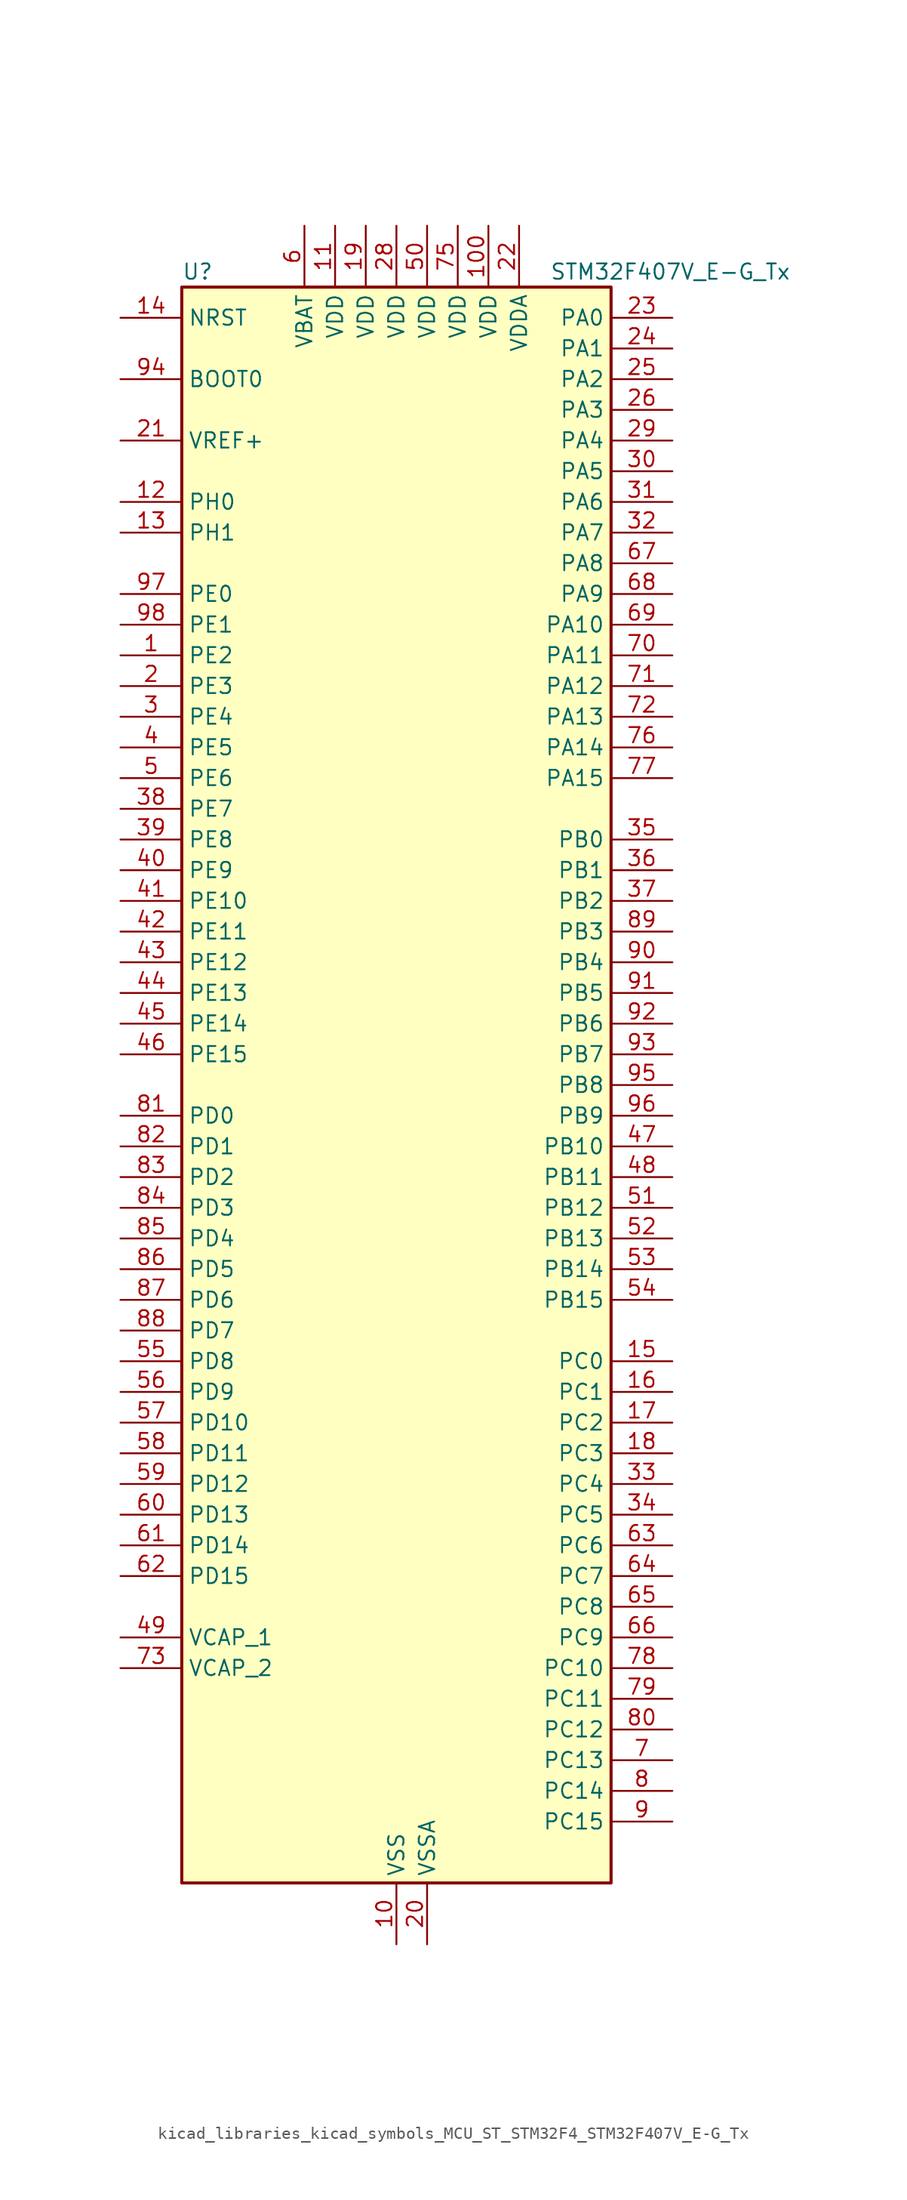
<source format=kicad_sym>
(kicad_symbol_lib
  (version 20220914)
  (generator kicad_symbol_editor)
  (symbol "kicad_libraries_kicad_symbols_MCU_ST_STM32F4_STM32F407V_E-G_Tx"
    (property "Reference" "U"
      (at -17.78 67.31 0)
      (effects (font (size 1.27 1.27)) (justify left)))
    (property "Value" "STM32F407V_E-G_Tx"
      (at 12.7 67.31 0)
      (effects (font (size 1.27 1.27)) (justify left)))
    (property "ki_locked" ""
      (at 0 0 0)
      (effects (font (size 1.27 1.27))))
    (symbol "kicad_libraries_kicad_symbols_MCU_ST_STM32F4_STM32F407V_E-G_Tx_0_1"
      (rectangle (start -17.78 -66.04) (end 17.78 66.04) (stroke (width 0.254) (type default)) (fill (type background))))
    (symbol "kicad_libraries_kicad_symbols_MCU_ST_STM32F4_STM32F407V_E-G_Tx_1_1"
      (pin bidirectional line (at -22.86 35.56 0) (length 5.08) (name "PE2" (effects (font (size 1.27 1.27)))) (number "1" (effects (font (size 1.27 1.27)))) (alternate "ETH_TXD3" bidirectional line) (alternate "FSMC_A23" bidirectional line) (alternate "SYS_TRACECLK" bidirectional line))
      (pin power_in line (at 0 -71.12 90) (length 5.08) (name "VSS" (effects (font (size 1.27 1.27)))) (number "10" (effects (font (size 1.27 1.27)))))
      (pin power_in line (at 7.62 71.12 270) (length 5.08) (name "VDD" (effects (font (size 1.27 1.27)))) (number "100" (effects (font (size 1.27 1.27)))))
      (pin power_in line (at -5.08 71.12 270) (length 5.08) (name "VDD" (effects (font (size 1.27 1.27)))) (number "11" (effects (font (size 1.27 1.27)))))
      (pin bidirectional line (at -22.86 48.26 0) (length 5.08) (name "PH0" (effects (font (size 1.27 1.27)))) (number "12" (effects (font (size 1.27 1.27)))) (alternate "RCC_OSC_IN" bidirectional line))
      (pin bidirectional line (at -22.86 45.72 0) (length 5.08) (name "PH1" (effects (font (size 1.27 1.27)))) (number "13" (effects (font (size 1.27 1.27)))) (alternate "RCC_OSC_OUT" bidirectional line))
      (pin input line (at -22.86 63.5 0) (length 5.08) (name "NRST" (effects (font (size 1.27 1.27)))) (number "14" (effects (font (size 1.27 1.27)))))
      (pin bidirectional line (at 22.86 -22.86 180) (length 5.08) (name "PC0" (effects (font (size 1.27 1.27)))) (number "15" (effects (font (size 1.27 1.27)))) (alternate "ADC1_IN10" bidirectional line) (alternate "ADC2_IN10" bidirectional line) (alternate "ADC3_IN10" bidirectional line) (alternate "USB_OTG_HS_ULPI_STP" bidirectional line))
      (pin bidirectional line (at 22.86 -25.4 180) (length 5.08) (name "PC1" (effects (font (size 1.27 1.27)))) (number "16" (effects (font (size 1.27 1.27)))) (alternate "ADC1_IN11" bidirectional line) (alternate "ADC2_IN11" bidirectional line) (alternate "ADC3_IN11" bidirectional line) (alternate "ETH_MDC" bidirectional line))
      (pin bidirectional line (at 22.86 -27.94 180) (length 5.08) (name "PC2" (effects (font (size 1.27 1.27)))) (number "17" (effects (font (size 1.27 1.27)))) (alternate "ADC1_IN12" bidirectional line) (alternate "ADC2_IN12" bidirectional line) (alternate "ADC3_IN12" bidirectional line) (alternate "ETH_TXD2" bidirectional line) (alternate "I2S2_ext_SD" bidirectional line) (alternate "SPI2_MISO" bidirectional line) (alternate "USB_OTG_HS_ULPI_DIR" bidirectional line))
      (pin bidirectional line (at 22.86 -30.48 180) (length 5.08) (name "PC3" (effects (font (size 1.27 1.27)))) (number "18" (effects (font (size 1.27 1.27)))) (alternate "ADC1_IN13" bidirectional line) (alternate "ADC2_IN13" bidirectional line) (alternate "ADC3_IN13" bidirectional line) (alternate "ETH_TX_CLK" bidirectional line) (alternate "I2S2_SD" bidirectional line) (alternate "SPI2_MOSI" bidirectional line) (alternate "USB_OTG_HS_ULPI_NXT" bidirectional line))
      (pin power_in line (at -2.54 71.12 270) (length 5.08) (name "VDD" (effects (font (size 1.27 1.27)))) (number "19" (effects (font (size 1.27 1.27)))))
      (pin bidirectional line (at -22.86 33.02 0) (length 5.08) (name "PE3" (effects (font (size 1.27 1.27)))) (number "2" (effects (font (size 1.27 1.27)))) (alternate "FSMC_A19" bidirectional line) (alternate "SYS_TRACED0" bidirectional line))
      (pin power_in line (at 2.54 -71.12 90) (length 5.08) (name "VSSA" (effects (font (size 1.27 1.27)))) (number "20" (effects (font (size 1.27 1.27)))))
      (pin input line (at -22.86 53.34 0) (length 5.08) (name "VREF+" (effects (font (size 1.27 1.27)))) (number "21" (effects (font (size 1.27 1.27)))))
      (pin power_in line (at 10.16 71.12 270) (length 5.08) (name "VDDA" (effects (font (size 1.27 1.27)))) (number "22" (effects (font (size 1.27 1.27)))))
      (pin bidirectional line (at 22.86 63.5 180) (length 5.08) (name "PA0" (effects (font (size 1.27 1.27)))) (number "23" (effects (font (size 1.27 1.27)))) (alternate "ADC1_IN0" bidirectional line) (alternate "ADC2_IN0" bidirectional line) (alternate "ADC3_IN0" bidirectional line) (alternate "ETH_CRS" bidirectional line) (alternate "SYS_WKUP" bidirectional line) (alternate "TIM2_CH1" bidirectional line) (alternate "TIM2_ETR" bidirectional line) (alternate "TIM5_CH1" bidirectional line) (alternate "TIM8_ETR" bidirectional line) (alternate "UART4_TX" bidirectional line) (alternate "USART2_CTS" bidirectional line))
      (pin bidirectional line (at 22.86 60.96 180) (length 5.08) (name "PA1" (effects (font (size 1.27 1.27)))) (number "24" (effects (font (size 1.27 1.27)))) (alternate "ADC1_IN1" bidirectional line) (alternate "ADC2_IN1" bidirectional line) (alternate "ADC3_IN1" bidirectional line) (alternate "ETH_REF_CLK" bidirectional line) (alternate "ETH_RX_CLK" bidirectional line) (alternate "TIM2_CH2" bidirectional line) (alternate "TIM5_CH2" bidirectional line) (alternate "UART4_RX" bidirectional line) (alternate "USART2_RTS" bidirectional line))
      (pin bidirectional line (at 22.86 58.42 180) (length 5.08) (name "PA2" (effects (font (size 1.27 1.27)))) (number "25" (effects (font (size 1.27 1.27)))) (alternate "ADC1_IN2" bidirectional line) (alternate "ADC2_IN2" bidirectional line) (alternate "ADC3_IN2" bidirectional line) (alternate "ETH_MDIO" bidirectional line) (alternate "TIM2_CH3" bidirectional line) (alternate "TIM5_CH3" bidirectional line) (alternate "TIM9_CH1" bidirectional line) (alternate "USART2_TX" bidirectional line))
      (pin bidirectional line (at 22.86 55.88 180) (length 5.08) (name "PA3" (effects (font (size 1.27 1.27)))) (number "26" (effects (font (size 1.27 1.27)))) (alternate "ADC1_IN3" bidirectional line) (alternate "ADC2_IN3" bidirectional line) (alternate "ADC3_IN3" bidirectional line) (alternate "ETH_COL" bidirectional line) (alternate "TIM2_CH4" bidirectional line) (alternate "TIM5_CH4" bidirectional line) (alternate "TIM9_CH2" bidirectional line) (alternate "USART2_RX" bidirectional line) (alternate "USB_OTG_HS_ULPI_D0" bidirectional line))
      (pin passive line (at 0 -71.12 90) (length 5.08) hide (name "VSS" (effects (font (size 1.27 1.27)))) (number "27" (effects (font (size 1.27 1.27)))))
      (pin power_in line (at 0 71.12 270) (length 5.08) (name "VDD" (effects (font (size 1.27 1.27)))) (number "28" (effects (font (size 1.27 1.27)))))
      (pin bidirectional line (at 22.86 53.34 180) (length 5.08) (name "PA4" (effects (font (size 1.27 1.27)))) (number "29" (effects (font (size 1.27 1.27)))) (alternate "ADC1_IN4" bidirectional line) (alternate "ADC2_IN4" bidirectional line) (alternate "DAC_OUT1" bidirectional line) (alternate "DCMI_HSYNC" bidirectional line) (alternate "I2S3_WS" bidirectional line) (alternate "SPI1_NSS" bidirectional line) (alternate "SPI3_NSS" bidirectional line) (alternate "USART2_CK" bidirectional line) (alternate "USB_OTG_HS_SOF" bidirectional line))
      (pin bidirectional line (at -22.86 30.48 0) (length 5.08) (name "PE4" (effects (font (size 1.27 1.27)))) (number "3" (effects (font (size 1.27 1.27)))) (alternate "DCMI_D4" bidirectional line) (alternate "FSMC_A20" bidirectional line) (alternate "SYS_TRACED1" bidirectional line))
      (pin bidirectional line (at 22.86 50.8 180) (length 5.08) (name "PA5" (effects (font (size 1.27 1.27)))) (number "30" (effects (font (size 1.27 1.27)))) (alternate "ADC1_IN5" bidirectional line) (alternate "ADC2_IN5" bidirectional line) (alternate "DAC_OUT2" bidirectional line) (alternate "SPI1_SCK" bidirectional line) (alternate "TIM2_CH1" bidirectional line) (alternate "TIM2_ETR" bidirectional line) (alternate "TIM8_CH1N" bidirectional line) (alternate "USB_OTG_HS_ULPI_CK" bidirectional line))
      (pin bidirectional line (at 22.86 48.26 180) (length 5.08) (name "PA6" (effects (font (size 1.27 1.27)))) (number "31" (effects (font (size 1.27 1.27)))) (alternate "ADC1_IN6" bidirectional line) (alternate "ADC2_IN6" bidirectional line) (alternate "DCMI_PIXCLK" bidirectional line) (alternate "SPI1_MISO" bidirectional line) (alternate "TIM13_CH1" bidirectional line) (alternate "TIM1_BKIN" bidirectional line) (alternate "TIM3_CH1" bidirectional line) (alternate "TIM8_BKIN" bidirectional line))
      (pin bidirectional line (at 22.86 45.72 180) (length 5.08) (name "PA7" (effects (font (size 1.27 1.27)))) (number "32" (effects (font (size 1.27 1.27)))) (alternate "ADC1_IN7" bidirectional line) (alternate "ADC2_IN7" bidirectional line) (alternate "ETH_CRS_DV" bidirectional line) (alternate "ETH_RX_DV" bidirectional line) (alternate "SPI1_MOSI" bidirectional line) (alternate "TIM14_CH1" bidirectional line) (alternate "TIM1_CH1N" bidirectional line) (alternate "TIM3_CH2" bidirectional line) (alternate "TIM8_CH1N" bidirectional line))
      (pin bidirectional line (at 22.86 -33.02 180) (length 5.08) (name "PC4" (effects (font (size 1.27 1.27)))) (number "33" (effects (font (size 1.27 1.27)))) (alternate "ADC1_IN14" bidirectional line) (alternate "ADC2_IN14" bidirectional line) (alternate "ETH_RXD0" bidirectional line))
      (pin bidirectional line (at 22.86 -35.56 180) (length 5.08) (name "PC5" (effects (font (size 1.27 1.27)))) (number "34" (effects (font (size 1.27 1.27)))) (alternate "ADC1_IN15" bidirectional line) (alternate "ADC2_IN15" bidirectional line) (alternate "ETH_RXD1" bidirectional line))
      (pin bidirectional line (at 22.86 20.32 180) (length 5.08) (name "PB0" (effects (font (size 1.27 1.27)))) (number "35" (effects (font (size 1.27 1.27)))) (alternate "ADC1_IN8" bidirectional line) (alternate "ADC2_IN8" bidirectional line) (alternate "ETH_RXD2" bidirectional line) (alternate "TIM1_CH2N" bidirectional line) (alternate "TIM3_CH3" bidirectional line) (alternate "TIM8_CH2N" bidirectional line) (alternate "USB_OTG_HS_ULPI_D1" bidirectional line))
      (pin bidirectional line (at 22.86 17.78 180) (length 5.08) (name "PB1" (effects (font (size 1.27 1.27)))) (number "36" (effects (font (size 1.27 1.27)))) (alternate "ADC1_IN9" bidirectional line) (alternate "ADC2_IN9" bidirectional line) (alternate "ETH_RXD3" bidirectional line) (alternate "TIM1_CH3N" bidirectional line) (alternate "TIM3_CH4" bidirectional line) (alternate "TIM8_CH3N" bidirectional line) (alternate "USB_OTG_HS_ULPI_D2" bidirectional line))
      (pin bidirectional line (at 22.86 15.24 180) (length 5.08) (name "PB2" (effects (font (size 1.27 1.27)))) (number "37" (effects (font (size 1.27 1.27)))))
      (pin bidirectional line (at -22.86 22.86 0) (length 5.08) (name "PE7" (effects (font (size 1.27 1.27)))) (number "38" (effects (font (size 1.27 1.27)))) (alternate "FSMC_D4" bidirectional line) (alternate "FSMC_DA4" bidirectional line) (alternate "TIM1_ETR" bidirectional line))
      (pin bidirectional line (at -22.86 20.32 0) (length 5.08) (name "PE8" (effects (font (size 1.27 1.27)))) (number "39" (effects (font (size 1.27 1.27)))) (alternate "FSMC_D5" bidirectional line) (alternate "FSMC_DA5" bidirectional line) (alternate "TIM1_CH1N" bidirectional line))
      (pin bidirectional line (at -22.86 27.94 0) (length 5.08) (name "PE5" (effects (font (size 1.27 1.27)))) (number "4" (effects (font (size 1.27 1.27)))) (alternate "DCMI_D6" bidirectional line) (alternate "FSMC_A21" bidirectional line) (alternate "SYS_TRACED2" bidirectional line) (alternate "TIM9_CH1" bidirectional line))
      (pin bidirectional line (at -22.86 17.78 0) (length 5.08) (name "PE9" (effects (font (size 1.27 1.27)))) (number "40" (effects (font (size 1.27 1.27)))) (alternate "DAC_EXTI9" bidirectional line) (alternate "FSMC_D6" bidirectional line) (alternate "FSMC_DA6" bidirectional line) (alternate "TIM1_CH1" bidirectional line))
      (pin bidirectional line (at -22.86 15.24 0) (length 5.08) (name "PE10" (effects (font (size 1.27 1.27)))) (number "41" (effects (font (size 1.27 1.27)))) (alternate "FSMC_D7" bidirectional line) (alternate "FSMC_DA7" bidirectional line) (alternate "TIM1_CH2N" bidirectional line))
      (pin bidirectional line (at -22.86 12.7 0) (length 5.08) (name "PE11" (effects (font (size 1.27 1.27)))) (number "42" (effects (font (size 1.27 1.27)))) (alternate "ADC1_EXTI11" bidirectional line) (alternate "ADC2_EXTI11" bidirectional line) (alternate "ADC3_EXTI11" bidirectional line) (alternate "FSMC_D8" bidirectional line) (alternate "FSMC_DA8" bidirectional line) (alternate "TIM1_CH2" bidirectional line))
      (pin bidirectional line (at -22.86 10.16 0) (length 5.08) (name "PE12" (effects (font (size 1.27 1.27)))) (number "43" (effects (font (size 1.27 1.27)))) (alternate "FSMC_D9" bidirectional line) (alternate "FSMC_DA9" bidirectional line) (alternate "TIM1_CH3N" bidirectional line))
      (pin bidirectional line (at -22.86 7.62 0) (length 5.08) (name "PE13" (effects (font (size 1.27 1.27)))) (number "44" (effects (font (size 1.27 1.27)))) (alternate "FSMC_D10" bidirectional line) (alternate "FSMC_DA10" bidirectional line) (alternate "TIM1_CH3" bidirectional line))
      (pin bidirectional line (at -22.86 5.08 0) (length 5.08) (name "PE14" (effects (font (size 1.27 1.27)))) (number "45" (effects (font (size 1.27 1.27)))) (alternate "FSMC_D11" bidirectional line) (alternate "FSMC_DA11" bidirectional line) (alternate "TIM1_CH4" bidirectional line))
      (pin bidirectional line (at -22.86 2.54 0) (length 5.08) (name "PE15" (effects (font (size 1.27 1.27)))) (number "46" (effects (font (size 1.27 1.27)))) (alternate "ADC1_EXTI15" bidirectional line) (alternate "ADC2_EXTI15" bidirectional line) (alternate "ADC3_EXTI15" bidirectional line) (alternate "FSMC_D12" bidirectional line) (alternate "FSMC_DA12" bidirectional line) (alternate "TIM1_BKIN" bidirectional line))
      (pin bidirectional line (at 22.86 -5.08 180) (length 5.08) (name "PB10" (effects (font (size 1.27 1.27)))) (number "47" (effects (font (size 1.27 1.27)))) (alternate "ETH_RX_ER" bidirectional line) (alternate "I2C2_SCL" bidirectional line) (alternate "I2S2_CK" bidirectional line) (alternate "SPI2_SCK" bidirectional line) (alternate "TIM2_CH3" bidirectional line) (alternate "USART3_TX" bidirectional line) (alternate "USB_OTG_HS_ULPI_D3" bidirectional line))
      (pin bidirectional line (at 22.86 -7.62 180) (length 5.08) (name "PB11" (effects (font (size 1.27 1.27)))) (number "48" (effects (font (size 1.27 1.27)))) (alternate "ADC1_EXTI11" bidirectional line) (alternate "ADC2_EXTI11" bidirectional line) (alternate "ADC3_EXTI11" bidirectional line) (alternate "ETH_TX_EN" bidirectional line) (alternate "I2C2_SDA" bidirectional line) (alternate "TIM2_CH4" bidirectional line) (alternate "USART3_RX" bidirectional line) (alternate "USB_OTG_HS_ULPI_D4" bidirectional line))
      (pin power_out line (at -22.86 -45.72 0) (length 5.08) (name "VCAP_1" (effects (font (size 1.27 1.27)))) (number "49" (effects (font (size 1.27 1.27)))))
      (pin bidirectional line (at -22.86 25.4 0) (length 5.08) (name "PE6" (effects (font (size 1.27 1.27)))) (number "5" (effects (font (size 1.27 1.27)))) (alternate "DCMI_D7" bidirectional line) (alternate "FSMC_A22" bidirectional line) (alternate "SYS_TRACED3" bidirectional line) (alternate "TIM9_CH2" bidirectional line))
      (pin power_in line (at 2.54 71.12 270) (length 5.08) (name "VDD" (effects (font (size 1.27 1.27)))) (number "50" (effects (font (size 1.27 1.27)))))
      (pin bidirectional line (at 22.86 -10.16 180) (length 5.08) (name "PB12" (effects (font (size 1.27 1.27)))) (number "51" (effects (font (size 1.27 1.27)))) (alternate "CAN2_RX" bidirectional line) (alternate "ETH_TXD0" bidirectional line) (alternate "I2C2_SMBA" bidirectional line) (alternate "I2S2_WS" bidirectional line) (alternate "SPI2_NSS" bidirectional line) (alternate "TIM1_BKIN" bidirectional line) (alternate "USART3_CK" bidirectional line) (alternate "USB_OTG_HS_ID" bidirectional line) (alternate "USB_OTG_HS_ULPI_D5" bidirectional line))
      (pin bidirectional line (at 22.86 -12.7 180) (length 5.08) (name "PB13" (effects (font (size 1.27 1.27)))) (number "52" (effects (font (size 1.27 1.27)))) (alternate "CAN2_TX" bidirectional line) (alternate "ETH_TXD1" bidirectional line) (alternate "I2S2_CK" bidirectional line) (alternate "SPI2_SCK" bidirectional line) (alternate "TIM1_CH1N" bidirectional line) (alternate "USART3_CTS" bidirectional line) (alternate "USB_OTG_HS_ULPI_D6" bidirectional line) (alternate "USB_OTG_HS_VBUS" bidirectional line))
      (pin bidirectional line (at 22.86 -15.24 180) (length 5.08) (name "PB14" (effects (font (size 1.27 1.27)))) (number "53" (effects (font (size 1.27 1.27)))) (alternate "I2S2_ext_SD" bidirectional line) (alternate "SPI2_MISO" bidirectional line) (alternate "TIM12_CH1" bidirectional line) (alternate "TIM1_CH2N" bidirectional line) (alternate "TIM8_CH2N" bidirectional line) (alternate "USART3_RTS" bidirectional line) (alternate "USB_OTG_HS_DM" bidirectional line))
      (pin bidirectional line (at 22.86 -17.78 180) (length 5.08) (name "PB15" (effects (font (size 1.27 1.27)))) (number "54" (effects (font (size 1.27 1.27)))) (alternate "ADC1_EXTI15" bidirectional line) (alternate "ADC2_EXTI15" bidirectional line) (alternate "ADC3_EXTI15" bidirectional line) (alternate "I2S2_SD" bidirectional line) (alternate "RTC_REFIN" bidirectional line) (alternate "SPI2_MOSI" bidirectional line) (alternate "TIM12_CH2" bidirectional line) (alternate "TIM1_CH3N" bidirectional line) (alternate "TIM8_CH3N" bidirectional line) (alternate "USB_OTG_HS_DP" bidirectional line))
      (pin bidirectional line (at -22.86 -22.86 0) (length 5.08) (name "PD8" (effects (font (size 1.27 1.27)))) (number "55" (effects (font (size 1.27 1.27)))) (alternate "FSMC_D13" bidirectional line) (alternate "FSMC_DA13" bidirectional line) (alternate "USART3_TX" bidirectional line))
      (pin bidirectional line (at -22.86 -25.4 0) (length 5.08) (name "PD9" (effects (font (size 1.27 1.27)))) (number "56" (effects (font (size 1.27 1.27)))) (alternate "DAC_EXTI9" bidirectional line) (alternate "FSMC_D14" bidirectional line) (alternate "FSMC_DA14" bidirectional line) (alternate "USART3_RX" bidirectional line))
      (pin bidirectional line (at -22.86 -27.94 0) (length 5.08) (name "PD10" (effects (font (size 1.27 1.27)))) (number "57" (effects (font (size 1.27 1.27)))) (alternate "FSMC_D15" bidirectional line) (alternate "FSMC_DA15" bidirectional line) (alternate "USART3_CK" bidirectional line))
      (pin bidirectional line (at -22.86 -30.48 0) (length 5.08) (name "PD11" (effects (font (size 1.27 1.27)))) (number "58" (effects (font (size 1.27 1.27)))) (alternate "ADC1_EXTI11" bidirectional line) (alternate "ADC2_EXTI11" bidirectional line) (alternate "ADC3_EXTI11" bidirectional line) (alternate "FSMC_A16" bidirectional line) (alternate "FSMC_CLE" bidirectional line) (alternate "USART3_CTS" bidirectional line))
      (pin bidirectional line (at -22.86 -33.02 0) (length 5.08) (name "PD12" (effects (font (size 1.27 1.27)))) (number "59" (effects (font (size 1.27 1.27)))) (alternate "FSMC_A17" bidirectional line) (alternate "FSMC_ALE" bidirectional line) (alternate "TIM4_CH1" bidirectional line) (alternate "USART3_RTS" bidirectional line))
      (pin power_in line (at -7.62 71.12 270) (length 5.08) (name "VBAT" (effects (font (size 1.27 1.27)))) (number "6" (effects (font (size 1.27 1.27)))))
      (pin bidirectional line (at -22.86 -35.56 0) (length 5.08) (name "PD13" (effects (font (size 1.27 1.27)))) (number "60" (effects (font (size 1.27 1.27)))) (alternate "FSMC_A18" bidirectional line) (alternate "TIM4_CH2" bidirectional line))
      (pin bidirectional line (at -22.86 -38.1 0) (length 5.08) (name "PD14" (effects (font (size 1.27 1.27)))) (number "61" (effects (font (size 1.27 1.27)))) (alternate "FSMC_D0" bidirectional line) (alternate "FSMC_DA0" bidirectional line) (alternate "TIM4_CH3" bidirectional line))
      (pin bidirectional line (at -22.86 -40.64 0) (length 5.08) (name "PD15" (effects (font (size 1.27 1.27)))) (number "62" (effects (font (size 1.27 1.27)))) (alternate "ADC1_EXTI15" bidirectional line) (alternate "ADC2_EXTI15" bidirectional line) (alternate "ADC3_EXTI15" bidirectional line) (alternate "FSMC_D1" bidirectional line) (alternate "FSMC_DA1" bidirectional line) (alternate "TIM4_CH4" bidirectional line))
      (pin bidirectional line (at 22.86 -38.1 180) (length 5.08) (name "PC6" (effects (font (size 1.27 1.27)))) (number "63" (effects (font (size 1.27 1.27)))) (alternate "DCMI_D0" bidirectional line) (alternate "I2S2_MCK" bidirectional line) (alternate "SDIO_D6" bidirectional line) (alternate "TIM3_CH1" bidirectional line) (alternate "TIM8_CH1" bidirectional line) (alternate "USART6_TX" bidirectional line))
      (pin bidirectional line (at 22.86 -40.64 180) (length 5.08) (name "PC7" (effects (font (size 1.27 1.27)))) (number "64" (effects (font (size 1.27 1.27)))) (alternate "DCMI_D1" bidirectional line) (alternate "I2S3_MCK" bidirectional line) (alternate "SDIO_D7" bidirectional line) (alternate "TIM3_CH2" bidirectional line) (alternate "TIM8_CH2" bidirectional line) (alternate "USART6_RX" bidirectional line))
      (pin bidirectional line (at 22.86 -43.18 180) (length 5.08) (name "PC8" (effects (font (size 1.27 1.27)))) (number "65" (effects (font (size 1.27 1.27)))) (alternate "DCMI_D2" bidirectional line) (alternate "SDIO_D0" bidirectional line) (alternate "TIM3_CH3" bidirectional line) (alternate "TIM8_CH3" bidirectional line) (alternate "USART6_CK" bidirectional line))
      (pin bidirectional line (at 22.86 -45.72 180) (length 5.08) (name "PC9" (effects (font (size 1.27 1.27)))) (number "66" (effects (font (size 1.27 1.27)))) (alternate "DAC_EXTI9" bidirectional line) (alternate "DCMI_D3" bidirectional line) (alternate "I2C3_SDA" bidirectional line) (alternate "I2S_CKIN" bidirectional line) (alternate "RCC_MCO_2" bidirectional line) (alternate "SDIO_D1" bidirectional line) (alternate "TIM3_CH4" bidirectional line) (alternate "TIM8_CH4" bidirectional line))
      (pin bidirectional line (at 22.86 43.18 180) (length 5.08) (name "PA8" (effects (font (size 1.27 1.27)))) (number "67" (effects (font (size 1.27 1.27)))) (alternate "I2C3_SCL" bidirectional line) (alternate "RCC_MCO_1" bidirectional line) (alternate "TIM1_CH1" bidirectional line) (alternate "USART1_CK" bidirectional line) (alternate "USB_OTG_FS_SOF" bidirectional line))
      (pin bidirectional line (at 22.86 40.64 180) (length 5.08) (name "PA9" (effects (font (size 1.27 1.27)))) (number "68" (effects (font (size 1.27 1.27)))) (alternate "DAC_EXTI9" bidirectional line) (alternate "DCMI_D0" bidirectional line) (alternate "I2C3_SMBA" bidirectional line) (alternate "TIM1_CH2" bidirectional line) (alternate "USART1_TX" bidirectional line) (alternate "USB_OTG_FS_VBUS" bidirectional line))
      (pin bidirectional line (at 22.86 38.1 180) (length 5.08) (name "PA10" (effects (font (size 1.27 1.27)))) (number "69" (effects (font (size 1.27 1.27)))) (alternate "DCMI_D1" bidirectional line) (alternate "TIM1_CH3" bidirectional line) (alternate "USART1_RX" bidirectional line) (alternate "USB_OTG_FS_ID" bidirectional line))
      (pin bidirectional line (at 22.86 -55.88 180) (length 5.08) (name "PC13" (effects (font (size 1.27 1.27)))) (number "7" (effects (font (size 1.27 1.27)))) (alternate "RTC_AF1" bidirectional line))
      (pin bidirectional line (at 22.86 35.56 180) (length 5.08) (name "PA11" (effects (font (size 1.27 1.27)))) (number "70" (effects (font (size 1.27 1.27)))) (alternate "ADC1_EXTI11" bidirectional line) (alternate "ADC2_EXTI11" bidirectional line) (alternate "ADC3_EXTI11" bidirectional line) (alternate "CAN1_RX" bidirectional line) (alternate "TIM1_CH4" bidirectional line) (alternate "USART1_CTS" bidirectional line) (alternate "USB_OTG_FS_DM" bidirectional line))
      (pin bidirectional line (at 22.86 33.02 180) (length 5.08) (name "PA12" (effects (font (size 1.27 1.27)))) (number "71" (effects (font (size 1.27 1.27)))) (alternate "CAN1_TX" bidirectional line) (alternate "TIM1_ETR" bidirectional line) (alternate "USART1_RTS" bidirectional line) (alternate "USB_OTG_FS_DP" bidirectional line))
      (pin bidirectional line (at 22.86 30.48 180) (length 5.08) (name "PA13" (effects (font (size 1.27 1.27)))) (number "72" (effects (font (size 1.27 1.27)))) (alternate "SYS_JTMS-SWDIO" bidirectional line))
      (pin power_out line (at -22.86 -48.26 0) (length 5.08) (name "VCAP_2" (effects (font (size 1.27 1.27)))) (number "73" (effects (font (size 1.27 1.27)))))
      (pin passive line (at 0 -71.12 90) (length 5.08) hide (name "VSS" (effects (font (size 1.27 1.27)))) (number "74" (effects (font (size 1.27 1.27)))))
      (pin power_in line (at 5.08 71.12 270) (length 5.08) (name "VDD" (effects (font (size 1.27 1.27)))) (number "75" (effects (font (size 1.27 1.27)))))
      (pin bidirectional line (at 22.86 27.94 180) (length 5.08) (name "PA14" (effects (font (size 1.27 1.27)))) (number "76" (effects (font (size 1.27 1.27)))) (alternate "SYS_JTCK-SWCLK" bidirectional line))
      (pin bidirectional line (at 22.86 25.4 180) (length 5.08) (name "PA15" (effects (font (size 1.27 1.27)))) (number "77" (effects (font (size 1.27 1.27)))) (alternate "ADC1_EXTI15" bidirectional line) (alternate "ADC2_EXTI15" bidirectional line) (alternate "ADC3_EXTI15" bidirectional line) (alternate "I2S3_WS" bidirectional line) (alternate "SPI1_NSS" bidirectional line) (alternate "SPI3_NSS" bidirectional line) (alternate "SYS_JTDI" bidirectional line) (alternate "TIM2_CH1" bidirectional line) (alternate "TIM2_ETR" bidirectional line))
      (pin bidirectional line (at 22.86 -48.26 180) (length 5.08) (name "PC10" (effects (font (size 1.27 1.27)))) (number "78" (effects (font (size 1.27 1.27)))) (alternate "DCMI_D8" bidirectional line) (alternate "I2S3_CK" bidirectional line) (alternate "SDIO_D2" bidirectional line) (alternate "SPI3_SCK" bidirectional line) (alternate "UART4_TX" bidirectional line) (alternate "USART3_TX" bidirectional line))
      (pin bidirectional line (at 22.86 -50.8 180) (length 5.08) (name "PC11" (effects (font (size 1.27 1.27)))) (number "79" (effects (font (size 1.27 1.27)))) (alternate "ADC1_EXTI11" bidirectional line) (alternate "ADC2_EXTI11" bidirectional line) (alternate "ADC3_EXTI11" bidirectional line) (alternate "DCMI_D4" bidirectional line) (alternate "I2S3_ext_SD" bidirectional line) (alternate "SDIO_D3" bidirectional line) (alternate "SPI3_MISO" bidirectional line) (alternate "UART4_RX" bidirectional line) (alternate "USART3_RX" bidirectional line))
      (pin bidirectional line (at 22.86 -58.42 180) (length 5.08) (name "PC14" (effects (font (size 1.27 1.27)))) (number "8" (effects (font (size 1.27 1.27)))) (alternate "RCC_OSC32_IN" bidirectional line))
      (pin bidirectional line (at 22.86 -53.34 180) (length 5.08) (name "PC12" (effects (font (size 1.27 1.27)))) (number "80" (effects (font (size 1.27 1.27)))) (alternate "DCMI_D9" bidirectional line) (alternate "I2S3_SD" bidirectional line) (alternate "SDIO_CK" bidirectional line) (alternate "SPI3_MOSI" bidirectional line) (alternate "UART5_TX" bidirectional line) (alternate "USART3_CK" bidirectional line))
      (pin bidirectional line (at -22.86 -2.54 0) (length 5.08) (name "PD0" (effects (font (size 1.27 1.27)))) (number "81" (effects (font (size 1.27 1.27)))) (alternate "CAN1_RX" bidirectional line) (alternate "FSMC_D2" bidirectional line) (alternate "FSMC_DA2" bidirectional line))
      (pin bidirectional line (at -22.86 -5.08 0) (length 5.08) (name "PD1" (effects (font (size 1.27 1.27)))) (number "82" (effects (font (size 1.27 1.27)))) (alternate "CAN1_TX" bidirectional line) (alternate "FSMC_D3" bidirectional line) (alternate "FSMC_DA3" bidirectional line))
      (pin bidirectional line (at -22.86 -7.62 0) (length 5.08) (name "PD2" (effects (font (size 1.27 1.27)))) (number "83" (effects (font (size 1.27 1.27)))) (alternate "DCMI_D11" bidirectional line) (alternate "SDIO_CMD" bidirectional line) (alternate "TIM3_ETR" bidirectional line) (alternate "UART5_RX" bidirectional line))
      (pin bidirectional line (at -22.86 -10.16 0) (length 5.08) (name "PD3" (effects (font (size 1.27 1.27)))) (number "84" (effects (font (size 1.27 1.27)))) (alternate "FSMC_CLK" bidirectional line) (alternate "USART2_CTS" bidirectional line))
      (pin bidirectional line (at -22.86 -12.7 0) (length 5.08) (name "PD4" (effects (font (size 1.27 1.27)))) (number "85" (effects (font (size 1.27 1.27)))) (alternate "FSMC_NOE" bidirectional line) (alternate "USART2_RTS" bidirectional line))
      (pin bidirectional line (at -22.86 -15.24 0) (length 5.08) (name "PD5" (effects (font (size 1.27 1.27)))) (number "86" (effects (font (size 1.27 1.27)))) (alternate "FSMC_NWE" bidirectional line) (alternate "USART2_TX" bidirectional line))
      (pin bidirectional line (at -22.86 -17.78 0) (length 5.08) (name "PD6" (effects (font (size 1.27 1.27)))) (number "87" (effects (font (size 1.27 1.27)))) (alternate "FSMC_NWAIT" bidirectional line) (alternate "USART2_RX" bidirectional line))
      (pin bidirectional line (at -22.86 -20.32 0) (length 5.08) (name "PD7" (effects (font (size 1.27 1.27)))) (number "88" (effects (font (size 1.27 1.27)))) (alternate "FSMC_NCE2" bidirectional line) (alternate "FSMC_NE1" bidirectional line) (alternate "USART2_CK" bidirectional line))
      (pin bidirectional line (at 22.86 12.7 180) (length 5.08) (name "PB3" (effects (font (size 1.27 1.27)))) (number "89" (effects (font (size 1.27 1.27)))) (alternate "I2S3_CK" bidirectional line) (alternate "SPI1_SCK" bidirectional line) (alternate "SPI3_SCK" bidirectional line) (alternate "SYS_JTDO-SWO" bidirectional line) (alternate "TIM2_CH2" bidirectional line))
      (pin bidirectional line (at 22.86 -60.96 180) (length 5.08) (name "PC15" (effects (font (size 1.27 1.27)))) (number "9" (effects (font (size 1.27 1.27)))) (alternate "ADC1_EXTI15" bidirectional line) (alternate "ADC2_EXTI15" bidirectional line) (alternate "ADC3_EXTI15" bidirectional line) (alternate "RCC_OSC32_OUT" bidirectional line))
      (pin bidirectional line (at 22.86 10.16 180) (length 5.08) (name "PB4" (effects (font (size 1.27 1.27)))) (number "90" (effects (font (size 1.27 1.27)))) (alternate "I2S3_ext_SD" bidirectional line) (alternate "SPI1_MISO" bidirectional line) (alternate "SPI3_MISO" bidirectional line) (alternate "SYS_JTRST" bidirectional line) (alternate "TIM3_CH1" bidirectional line))
      (pin bidirectional line (at 22.86 7.62 180) (length 5.08) (name "PB5" (effects (font (size 1.27 1.27)))) (number "91" (effects (font (size 1.27 1.27)))) (alternate "CAN2_RX" bidirectional line) (alternate "DCMI_D10" bidirectional line) (alternate "ETH_PPS_OUT" bidirectional line) (alternate "I2C1_SMBA" bidirectional line) (alternate "I2S3_SD" bidirectional line) (alternate "SPI1_MOSI" bidirectional line) (alternate "SPI3_MOSI" bidirectional line) (alternate "TIM3_CH2" bidirectional line) (alternate "USB_OTG_HS_ULPI_D7" bidirectional line))
      (pin bidirectional line (at 22.86 5.08 180) (length 5.08) (name "PB6" (effects (font (size 1.27 1.27)))) (number "92" (effects (font (size 1.27 1.27)))) (alternate "CAN2_TX" bidirectional line) (alternate "DCMI_D5" bidirectional line) (alternate "I2C1_SCL" bidirectional line) (alternate "TIM4_CH1" bidirectional line) (alternate "USART1_TX" bidirectional line))
      (pin bidirectional line (at 22.86 2.54 180) (length 5.08) (name "PB7" (effects (font (size 1.27 1.27)))) (number "93" (effects (font (size 1.27 1.27)))) (alternate "DCMI_VSYNC" bidirectional line) (alternate "FSMC_NL" bidirectional line) (alternate "I2C1_SDA" bidirectional line) (alternate "TIM4_CH2" bidirectional line) (alternate "USART1_RX" bidirectional line))
      (pin input line (at -22.86 58.42 0) (length 5.08) (name "BOOT0" (effects (font (size 1.27 1.27)))) (number "94" (effects (font (size 1.27 1.27)))))
      (pin bidirectional line (at 22.86 0 180) (length 5.08) (name "PB8" (effects (font (size 1.27 1.27)))) (number "95" (effects (font (size 1.27 1.27)))) (alternate "CAN1_RX" bidirectional line) (alternate "DCMI_D6" bidirectional line) (alternate "ETH_TXD3" bidirectional line) (alternate "I2C1_SCL" bidirectional line) (alternate "SDIO_D4" bidirectional line) (alternate "TIM10_CH1" bidirectional line) (alternate "TIM4_CH3" bidirectional line))
      (pin bidirectional line (at 22.86 -2.54 180) (length 5.08) (name "PB9" (effects (font (size 1.27 1.27)))) (number "96" (effects (font (size 1.27 1.27)))) (alternate "CAN1_TX" bidirectional line) (alternate "DAC_EXTI9" bidirectional line) (alternate "DCMI_D7" bidirectional line) (alternate "I2C1_SDA" bidirectional line) (alternate "I2S2_WS" bidirectional line) (alternate "SDIO_D5" bidirectional line) (alternate "SPI2_NSS" bidirectional line) (alternate "TIM11_CH1" bidirectional line) (alternate "TIM4_CH4" bidirectional line))
      (pin bidirectional line (at -22.86 40.64 0) (length 5.08) (name "PE0" (effects (font (size 1.27 1.27)))) (number "97" (effects (font (size 1.27 1.27)))) (alternate "DCMI_D2" bidirectional line) (alternate "FSMC_NBL0" bidirectional line) (alternate "TIM4_ETR" bidirectional line))
      (pin bidirectional line (at -22.86 38.1 0) (length 5.08) (name "PE1" (effects (font (size 1.27 1.27)))) (number "98" (effects (font (size 1.27 1.27)))) (alternate "DCMI_D3" bidirectional line) (alternate "FSMC_NBL1" bidirectional line))
      (pin passive line (at 0 -71.12 90) (length 5.08) hide (name "VSS" (effects (font (size 1.27 1.27)))) (number "99" (effects (font (size 1.27 1.27))))))))
</source>
